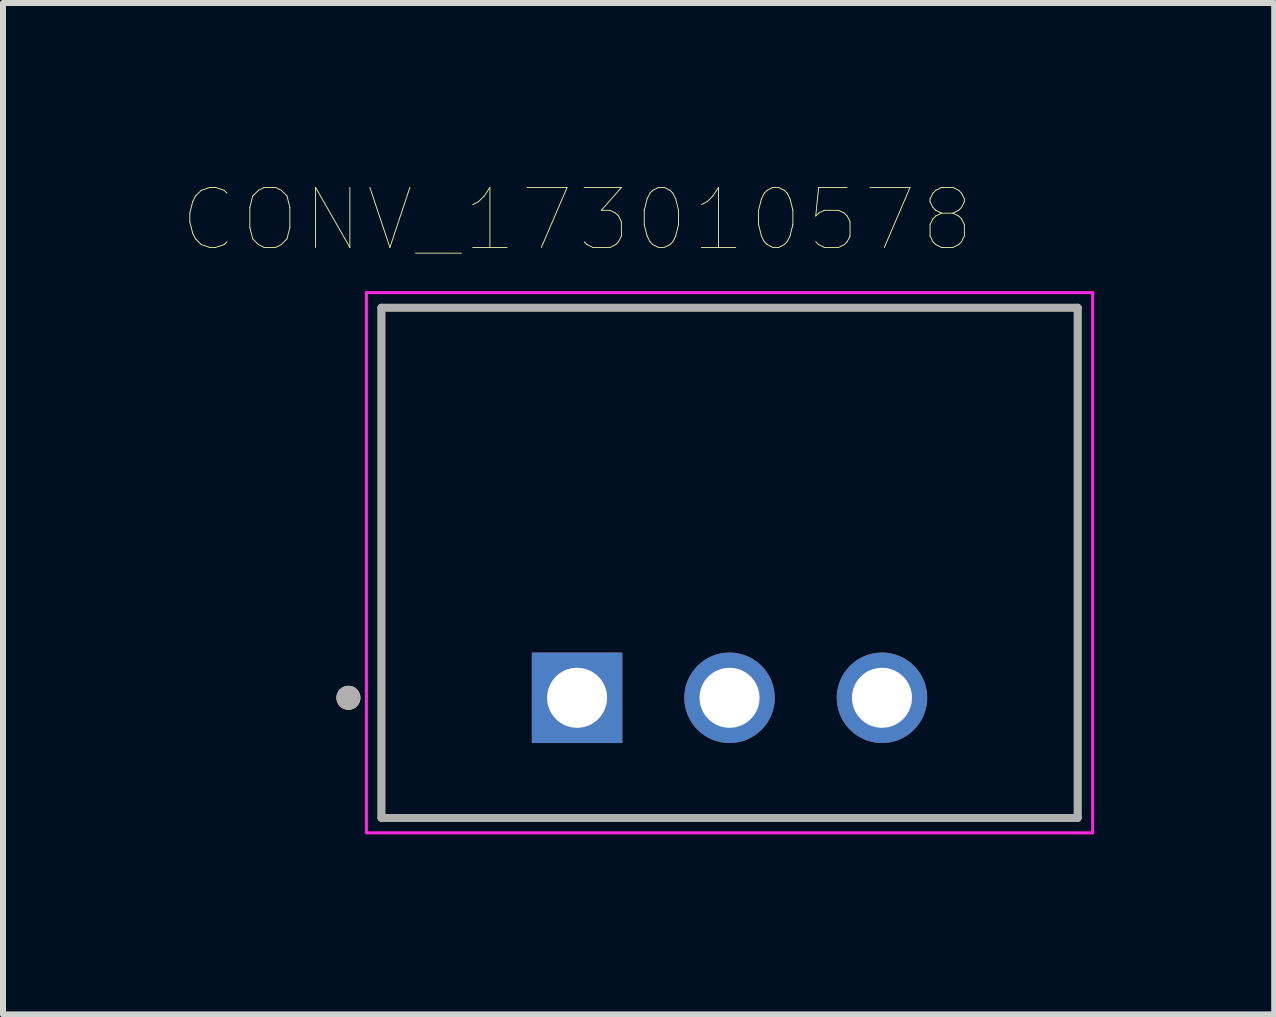
<source format=kicad_pcb>
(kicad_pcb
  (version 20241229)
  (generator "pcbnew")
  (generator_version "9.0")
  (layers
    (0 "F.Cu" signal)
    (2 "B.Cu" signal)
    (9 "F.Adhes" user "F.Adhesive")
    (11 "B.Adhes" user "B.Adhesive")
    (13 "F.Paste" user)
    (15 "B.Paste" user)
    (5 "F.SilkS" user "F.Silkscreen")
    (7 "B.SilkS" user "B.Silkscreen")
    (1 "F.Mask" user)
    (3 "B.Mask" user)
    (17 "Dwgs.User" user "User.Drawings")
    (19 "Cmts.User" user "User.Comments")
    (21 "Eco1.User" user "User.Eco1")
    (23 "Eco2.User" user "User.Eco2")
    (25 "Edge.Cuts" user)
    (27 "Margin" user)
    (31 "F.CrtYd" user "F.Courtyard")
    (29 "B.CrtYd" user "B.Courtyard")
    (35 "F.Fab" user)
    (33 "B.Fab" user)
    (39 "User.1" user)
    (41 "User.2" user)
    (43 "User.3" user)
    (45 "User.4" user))
  (footprint "CONV_173010578"
    (layer "F.Cu")
    (at 9.105 6.326)
    (property "Reference" "CONV_173010578" (at -2.54 -5.715 0) (layer "F.SilkS") (effects (font (size 1 1) (thickness 0.015))))
    (attr through_hole)
    (fp_line (start -5.8 -4.25) (end -5.8 4.25) (stroke (width 0.127) (type solid)) (layer "F.SilkS"))
    (fp_line (start -5.8 4.25) (end 5.8 4.25) (stroke (width 0.127) (type solid)) (layer "F.SilkS"))
    (fp_line (start 5.8 -4.25) (end -5.8 -4.25) (stroke (width 0.127) (type solid)) (layer "F.SilkS"))
    (fp_line (start 5.8 4.25) (end 5.8 -4.25) (stroke (width 0.127) (type solid)) (layer "F.SilkS"))
    (fp_circle (center -6.35 2.25) (end -6.25 2.25) (stroke (width 0.2) (type solid)) (fill no) (layer "F.SilkS"))
    (fp_line (start -6.05 -4.5) (end -6.05 4.5) (stroke (width 0.05) (type solid)) (layer "F.CrtYd"))
    (fp_line (start -6.05 4.5) (end 6.05 4.5) (stroke (width 0.05) (type solid)) (layer "F.CrtYd"))
    (fp_line (start 6.05 -4.5) (end -6.05 -4.5) (stroke (width 0.05) (type solid)) (layer "F.CrtYd"))
    (fp_line (start 6.05 4.5) (end 6.05 -4.5) (stroke (width 0.05) (type solid)) (layer "F.CrtYd"))
    (fp_line (start -5.8 -4.25) (end -5.8 4.25) (stroke (width 0.127) (type solid)) (layer "F.Fab"))
    (fp_line (start -5.8 4.25) (end 5.8 4.25) (stroke (width 0.127) (type solid)) (layer "F.Fab"))
    (fp_line (start 5.8 -4.25) (end -5.8 -4.25) (stroke (width 0.127) (type solid)) (layer "F.Fab"))
    (fp_line (start 5.8 4.25) (end 5.8 -4.25) (stroke (width 0.127) (type solid)) (layer "F.Fab"))
    (fp_circle (center -6.35 2.25) (end -6.25 2.25) (stroke (width 0.2) (type solid)) (fill no) (layer "F.Fab"))
    (pad "1" thru_hole rect (at -2.54 2.25) (size 1.508 1.508) (drill 1) (layers "*.Cu" "*.Mask"))
    (pad "2" thru_hole circle (at 0 2.25) (size 1.508 1.508) (drill 1) (layers "*.Cu" "*.Mask"))
    (pad "3" thru_hole circle (at 2.54 2.25) (size 1.508 1.508) (drill 1) (layers "*.Cu" "*.Mask")))
  (gr_rect
    (start -3 -3)
    (end 18.18 13.851)
    (stroke (width 0.1) (type default))
    (fill no)
    (layer "Edge.Cuts")))
</source>
